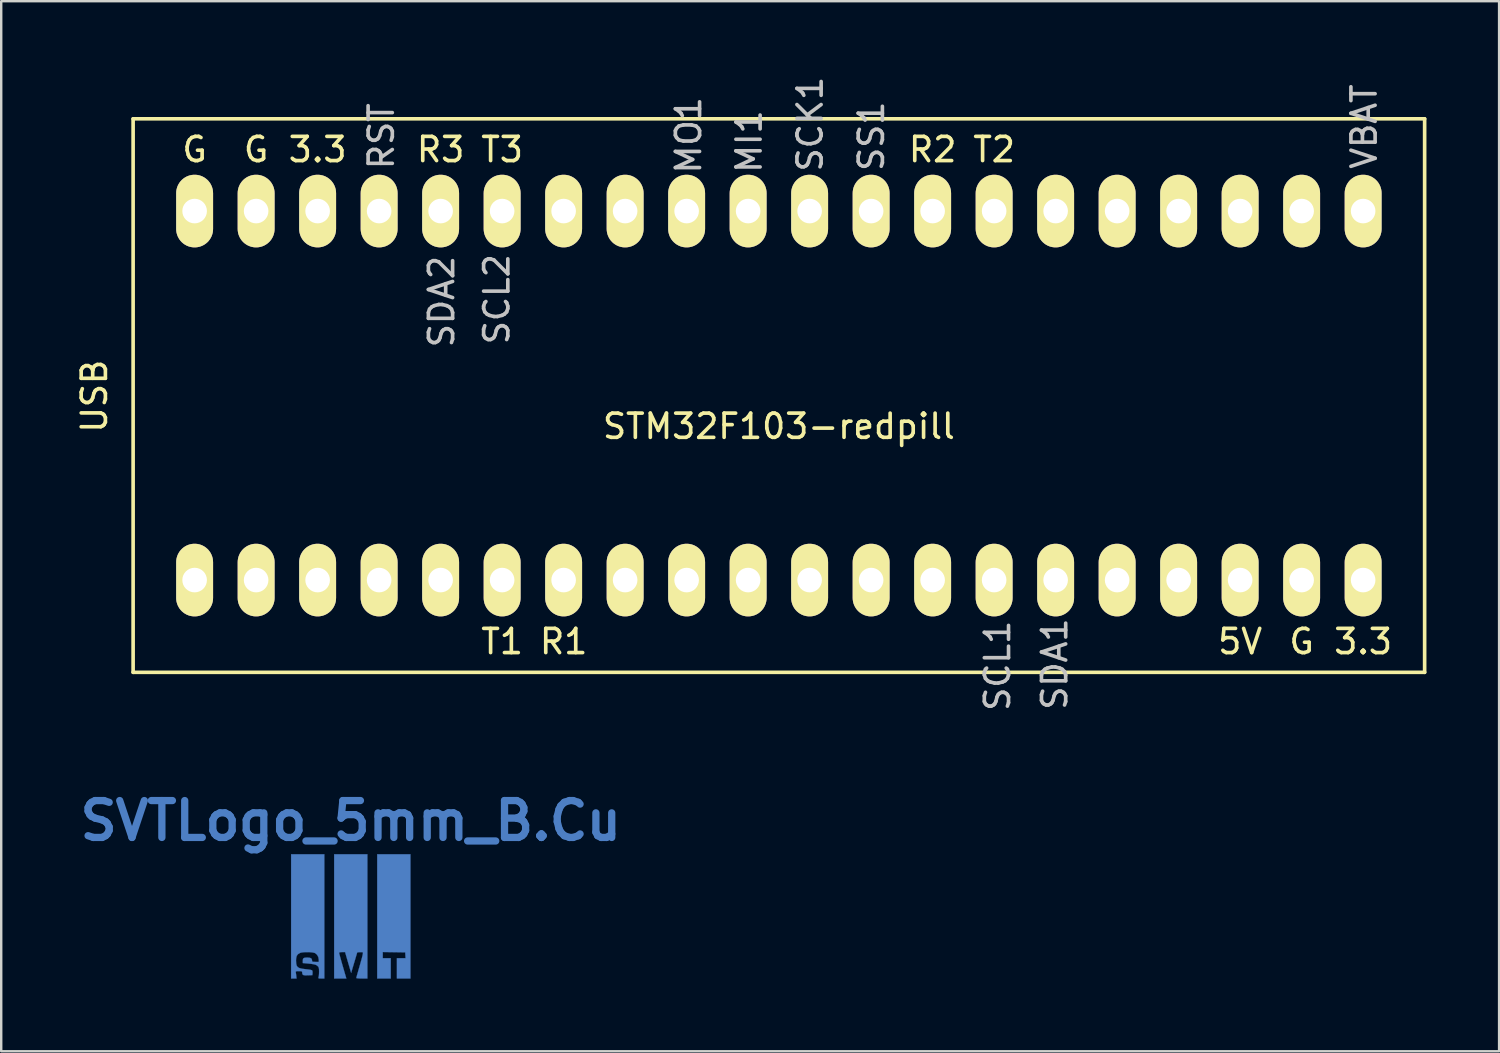
<source format=kicad_pcb>
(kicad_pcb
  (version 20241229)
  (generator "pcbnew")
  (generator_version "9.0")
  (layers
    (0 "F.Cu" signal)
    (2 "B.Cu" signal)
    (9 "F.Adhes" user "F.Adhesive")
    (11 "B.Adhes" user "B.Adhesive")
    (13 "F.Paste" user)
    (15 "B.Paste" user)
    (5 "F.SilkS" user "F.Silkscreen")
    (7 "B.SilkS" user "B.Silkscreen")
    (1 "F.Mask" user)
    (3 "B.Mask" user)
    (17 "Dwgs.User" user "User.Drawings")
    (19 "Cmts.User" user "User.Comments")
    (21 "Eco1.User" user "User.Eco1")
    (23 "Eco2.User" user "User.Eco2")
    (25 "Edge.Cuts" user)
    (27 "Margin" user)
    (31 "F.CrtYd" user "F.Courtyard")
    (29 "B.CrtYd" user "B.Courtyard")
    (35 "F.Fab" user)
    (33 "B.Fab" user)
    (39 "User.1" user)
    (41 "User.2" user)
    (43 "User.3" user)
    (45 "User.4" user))
  (footprint "SVTLogo_5mm_B.Mask"
    (layer "F.Cu")
    (at 38.655 34.848)
    (property "Reference" "SVTLogo_5mm_B.Mask" (at 0 -4 0) (layer "B.Mask") (effects (font (size 1.524 1.524) (thickness 0.3))))
    (attr through_hole)
    (fp_poly (pts (xy 2.464 2.515) (xy 1.905 2.515) (xy 1.905 1.676) (xy 2.263 1.676) (xy 2.256 1.556) (xy 2.248 1.435) (xy 1.321 1.421) (xy 1.321 1.676) (xy 1.651 1.676) (xy 1.651 2.515) (xy 1.092 2.515) (xy 1.092 -2.616) (xy 2.464 -2.616) (xy 2.464 2.515)) (stroke (width 0.01) (type solid)) (fill yes) (layer "B.Mask"))
    (fp_poly (pts (xy 0.686 2.515) (xy 0.457 2.515) (xy 0.357 2.512) (xy 0.278 2.506) (xy 0.234 2.498) (xy 0.229 2.493) (xy 0.235 2.463) (xy 0.254 2.392) (xy 0.284 2.287) (xy 0.321 2.156) (xy 0.364 2.007) (xy 0.378 1.958) (xy 0.43 1.774) (xy 0.468 1.635) (xy 0.491 1.536) (xy 0.502 1.472) (xy 0.501 1.438) (xy 0.495 1.431) (xy 0.45 1.425) (xy 0.38 1.426) (xy 0.365 1.427) (xy 0.267 1.435) (xy 0.141 1.859) (xy 0.015 2.282) (xy -0.068 1.998) (xy -0.106 1.868) (xy -0.144 1.738) (xy -0.176 1.628) (xy -0.193 1.568) (xy -0.235 1.422) (xy -0.359 1.422) (xy -0.444 1.429) (xy -0.481 1.447) (xy -0.482 1.454) (xy -0.476 1.487) (xy -0.456 1.561) (xy -0.427 1.668) (xy -0.39 1.801) (xy -0.347 1.952) (xy -0.333 2) (xy -0.183 2.515) (xy -0.686 2.515) (xy -0.686 -2.616) (xy 0.686 -2.616) (xy 0.686 2.515)) (stroke (width 0.01) (type solid)) (fill yes) (layer "B.Mask"))
    (fp_poly (pts (xy -1.092 2.515) (xy -1.221 2.515) (xy -1.296 2.513) (xy -1.331 2.505) (xy -1.337 2.484) (xy -1.329 2.457) (xy -1.318 2.403) (xy -1.311 2.317) (xy -1.309 2.226) (xy -1.312 2.13) (xy -1.321 2.07) (xy -1.342 2.029) (xy -1.377 1.993) (xy -1.417 1.964) (xy -1.465 1.943) (xy -1.531 1.926) (xy -1.624 1.911) (xy -1.756 1.897) (xy -1.81 1.892) (xy -1.981 1.876) (xy -1.981 1.779) (xy -1.975 1.714) (xy -1.951 1.676) (xy -1.899 1.657) (xy -1.809 1.651) (xy -1.781 1.651) (xy -1.682 1.661) (xy -1.624 1.692) (xy -1.601 1.75) (xy -1.6 1.77) (xy -1.596 1.804) (xy -1.574 1.821) (xy -1.524 1.828) (xy -1.46 1.829) (xy -1.321 1.829) (xy -1.321 1.746) (xy -1.34 1.631) (xy -1.393 1.534) (xy -1.47 1.468) (xy -1.499 1.456) (xy -1.586 1.437) (xy -1.702 1.427) (xy -1.829 1.425) (xy -1.952 1.431) (xy -2.051 1.445) (xy -2.093 1.458) (xy -2.178 1.508) (xy -2.231 1.577) (xy -2.256 1.678) (xy -2.261 1.77) (xy -2.255 1.891) (xy -2.235 1.98) (xy -2.192 2.042) (xy -2.12 2.084) (xy -2.013 2.111) (xy -1.862 2.13) (xy -1.843 2.132) (xy -1.74 2.144) (xy -1.656 2.158) (xy -1.605 2.173) (xy -1.597 2.178) (xy -1.581 2.219) (xy -1.579 2.284) (xy -1.579 2.289) (xy -1.587 2.375) (xy -1.776 2.382) (xy -1.885 2.384) (xy -1.954 2.373) (xy -1.99 2.347) (xy -2.005 2.3) (xy -2.006 2.267) (xy -2.011 2.234) (xy -2.034 2.217) (xy -2.087 2.211) (xy -2.144 2.21) (xy -2.223 2.212) (xy -2.263 2.222) (xy -2.274 2.242) (xy -2.272 2.254) (xy -2.264 2.307) (xy -2.254 2.384) (xy -2.252 2.407) (xy -2.24 2.515) (xy -2.464 2.515) (xy -2.464 -2.616) (xy -1.092 -2.616) (xy -1.092 2.515)) (stroke (width 0.01) (type solid)) (fill yes) (layer "B.Mask")))
  (footprint "STM32F103-redpill"
    (layer "F.Cu")
    (at 29.118 13.287)
    (property "Reference" "STM32F103-redpill" (at 0 1.27 0) (layer "F.SilkS") (effects (font (size 1 1) (thickness 0.15))))
    (attr through_hole)
    (fp_line (start -26.67 -11.43) (end -26.67 11.43) (stroke (width 0.15) (type solid)) (layer "F.SilkS"))
    (fp_line (start -26.67 11.43) (end 26.67 11.43) (stroke (width 0.15) (type solid)) (layer "F.SilkS"))
    (fp_line (start 26.67 -11.43) (end -26.67 -11.43) (stroke (width 0.15) (type solid)) (layer "F.SilkS"))
    (fp_line (start 26.67 11.43) (end 26.67 -11.43) (stroke (width 0.15) (type solid)) (layer "F.SilkS"))
    (fp_text user "T3" (at -11.43 -10.16 0) (layer "F.SilkS") (effects (font (size 1 1) (thickness 0.15))))
    (fp_text user "R2" (at 6.35 -10.16 0) (layer "F.SilkS") (effects (font (size 1 1) (thickness 0.15))))
    (fp_text user "R1" (at -8.89 10.16 0) (layer "F.SilkS") (effects (font (size 1 1) (thickness 0.15))))
    (fp_text user "3.3" (at 24.13 10.16 0) (layer "F.SilkS") (effects (font (size 1 1) (thickness 0.15))))
    (fp_text user "T2" (at 8.89 -10.16 0) (layer "F.SilkS") (effects (font (size 1 1) (thickness 0.15))))
    (fp_text user "USB" (at -28.27 0.025 90) (layer "F.SilkS") (effects (font (size 1 1) (thickness 0.15))))
    (fp_text user "5V" (at 19.05 10.16 0) (layer "F.SilkS") (effects (font (size 1 1) (thickness 0.15))))
    (fp_text user "G" (at -24.13 -10.16 0) (layer "F.SilkS") (effects (font (size 1 1) (thickness 0.15))))
    (fp_text user "G" (at 21.59 10.16 0) (layer "F.SilkS") (effects (font (size 1 1) (thickness 0.15))))
    (fp_text user "T1" (at -11.43 10.16 0) (layer "F.SilkS") (effects (font (size 1 1) (thickness 0.15))))
    (fp_text user "G" (at -21.59 -10.16 0) (layer "F.SilkS") (effects (font (size 1 1) (thickness 0.15))))
    (fp_text user "R3" (at -13.97 -10.16 0) (layer "F.SilkS") (effects (font (size 1 1) (thickness 0.15))))
    (fp_text user "3.3" (at -19.05 -10.16 0) (layer "F.SilkS") (effects (font (size 1 1) (thickness 0.15))))
    (fp_text user "SDA2" (at -13.93 -3.88 90) (layer "Dwgs.User") (effects (font (size 1 1) (thickness 0.15))))
    (fp_text user "VBAT" (at 24.17 -11.11 90) (layer "Dwgs.User") (effects (font (size 1 1) (thickness 0.15))))
    (fp_text user "MO1" (at -3.73 -10.75 90) (layer "Dwgs.User") (effects (font (size 1 1) (thickness 0.15))))
    (fp_text user "SCK1" (at 1.29 -11.21 90) (layer "Dwgs.User") (effects (font (size 1 1) (thickness 0.15))))
    (fp_text user "MI1" (at -1.23 -10.49 90) (layer "Dwgs.User") (effects (font (size 1 1) (thickness 0.15))))
    (fp_text user "SCL2" (at -11.65 -3.98 90) (layer "Dwgs.User") (effects (font (size 1 1) (thickness 0.15))))
    (fp_text user "SCL1" (at 9.03 11.16 90) (layer "Dwgs.User") (effects (font (size 1 1) (thickness 0.15))))
    (fp_text user "RST" (at -16.42 -10.71 90) (layer "Dwgs.User") (effects (font (size 1 1) (thickness 0.15))))
    (fp_text user "SDA1" (at 11.39 11.09 90) (layer "Dwgs.User") (effects (font (size 1 1) (thickness 0.15))))
    (fp_text user "SS1" (at 3.82 -10.71 90) (layer "Dwgs.User") (effects (font (size 1 1) (thickness 0.15))))
    (pad "1" thru_hole oval (at -24.13 7.62) (size 1.524 3) (drill 1.016) (layers "*.Cu" "*.Mask" "F.SilkS"))
    (pad "2" thru_hole oval (at -21.59 7.62) (size 1.524 3) (drill 1.016) (layers "*.Cu" "*.Mask" "F.SilkS"))
    (pad "3" thru_hole oval (at -19.05 7.62) (size 1.524 3) (drill 1.016) (layers "*.Cu" "*.Mask" "F.SilkS"))
    (pad "4" thru_hole oval (at -16.51 7.62) (size 1.524 3) (drill 1.016) (layers "*.Cu" "*.Mask" "F.SilkS"))
    (pad "5" thru_hole oval (at -13.97 7.62) (size 1.524 3) (drill 1.016) (layers "*.Cu" "*.Mask" "F.SilkS"))
    (pad "6" thru_hole oval (at -11.43 7.62) (size 1.524 3) (drill 1.016) (layers "*.Cu" "*.Mask" "F.SilkS"))
    (pad "7" thru_hole oval (at -8.89 7.62) (size 1.524 3) (drill 1.016) (layers "*.Cu" "*.Mask" "F.SilkS"))
    (pad "8" thru_hole oval (at -6.35 7.62) (size 1.524 3) (drill 1.016) (layers "*.Cu" "*.Mask" "F.SilkS"))
    (pad "9" thru_hole oval (at -3.81 7.62) (size 1.524 3) (drill 1.016) (layers "*.Cu" "*.Mask" "F.SilkS"))
    (pad "10" thru_hole oval (at -1.27 7.62) (size 1.524 3) (drill 1.016) (layers "*.Cu" "*.Mask" "F.SilkS"))
    (pad "11" thru_hole oval (at 1.27 7.62) (size 1.524 3) (drill 1.016) (layers "*.Cu" "*.Mask" "F.SilkS"))
    (pad "12" thru_hole oval (at 3.81 7.62) (size 1.524 3) (drill 1.016) (layers "*.Cu" "*.Mask" "F.SilkS"))
    (pad "13" thru_hole oval (at 6.35 7.62) (size 1.524 3) (drill 1.016) (layers "*.Cu" "*.Mask" "F.SilkS"))
    (pad "14" thru_hole oval (at 8.89 7.62) (size 1.524 3) (drill 1.016) (layers "*.Cu" "*.Mask" "F.SilkS"))
    (pad "15" thru_hole oval (at 11.43 7.62) (size 1.524 3) (drill 1.016) (layers "*.Cu" "*.Mask" "F.SilkS"))
    (pad "16" thru_hole oval (at 13.97 7.62) (size 1.524 3) (drill 1.016) (layers "*.Cu" "*.Mask" "F.SilkS"))
    (pad "17" thru_hole oval (at 16.51 7.62) (size 1.524 3) (drill 1.016) (layers "*.Cu" "*.Mask" "F.SilkS"))
    (pad "18" thru_hole oval (at 19.05 7.62) (size 1.524 3) (drill 1.016) (layers "*.Cu" "*.Mask" "F.SilkS"))
    (pad "19" thru_hole oval (at 21.59 7.62) (size 1.524 3) (drill 1.016) (layers "*.Cu" "*.Mask" "F.SilkS"))
    (pad "20" thru_hole oval (at 24.13 7.62) (size 1.524 3) (drill 1.016) (layers "*.Cu" "*.Mask" "F.SilkS"))
    (pad "21" thru_hole oval (at 24.13 -7.62) (size 1.524 3) (drill 1.016) (layers "*.Cu" "*.Mask" "F.SilkS"))
    (pad "22" thru_hole oval (at 21.59 -7.62) (size 1.524 3) (drill 1.016) (layers "*.Cu" "*.Mask" "F.SilkS"))
    (pad "23" thru_hole oval (at 19.05 -7.62) (size 1.524 3) (drill 1.016) (layers "*.Cu" "*.Mask" "F.SilkS"))
    (pad "24" thru_hole oval (at 16.51 -7.62) (size 1.524 3) (drill 1.016) (layers "*.Cu" "*.Mask" "F.SilkS"))
    (pad "25" thru_hole oval (at 13.97 -7.62) (size 1.524 3) (drill 1.016) (layers "*.Cu" "*.Mask" "F.SilkS"))
    (pad "26" thru_hole oval (at 11.43 -7.62) (size 1.524 3) (drill 1.016) (layers "*.Cu" "*.Mask" "F.SilkS"))
    (pad "27" thru_hole oval (at 8.89 -7.62) (size 1.524 3) (drill 1.016) (layers "*.Cu" "*.Mask" "F.SilkS"))
    (pad "28" thru_hole oval (at 6.35 -7.62) (size 1.524 3) (drill 1.016) (layers "*.Cu" "*.Mask" "F.SilkS"))
    (pad "29" thru_hole oval (at 3.81 -7.62) (size 1.524 3) (drill 1.016) (layers "*.Cu" "*.Mask" "F.SilkS"))
    (pad "30" thru_hole oval (at 1.27 -7.62) (size 1.524 3) (drill 1.016) (layers "*.Cu" "*.Mask" "F.SilkS"))
    (pad "31" thru_hole oval (at -1.27 -7.62) (size 1.524 3) (drill 1.016) (layers "*.Cu" "*.Mask" "F.SilkS"))
    (pad "32" thru_hole oval (at -3.81 -7.62) (size 1.524 3) (drill 1.016) (layers "*.Cu" "*.Mask" "F.SilkS"))
    (pad "33" thru_hole oval (at -6.35 -7.62) (size 1.524 3) (drill 1.016) (layers "*.Cu" "*.Mask" "F.SilkS"))
    (pad "34" thru_hole oval (at -8.89 -7.62) (size 1.524 3) (drill 1.016) (layers "*.Cu" "*.Mask" "F.SilkS"))
    (pad "35" thru_hole oval (at -11.43 -7.62) (size 1.524 3) (drill 1.016) (layers "*.Cu" "*.Mask" "F.SilkS"))
    (pad "36" thru_hole oval (at -13.97 -7.62) (size 1.524 3) (drill 1.016) (layers "*.Cu" "*.Mask" "F.SilkS"))
    (pad "37" thru_hole oval (at -16.51 -7.62) (size 1.524 3) (drill 1.016) (layers "*.Cu" "*.Mask" "F.SilkS"))
    (pad "38" thru_hole oval (at -19.05 -7.62) (size 1.524 3) (drill 1.016) (layers "*.Cu" "*.Mask" "F.SilkS"))
    (pad "39" thru_hole oval (at -21.59 -7.62) (size 1.524 3) (drill 1.016) (layers "*.Cu" "*.Mask" "F.SilkS"))
    (pad "40" thru_hole oval (at -24.13 -7.62) (size 1.524 3) (drill 1.016) (layers "*.Cu" "*.Mask" "F.SilkS")))
  (footprint "SVTLogo_5mm_B.Cu"
    (layer "F.Cu")
    (at 11.437 34.848)
    (property "Reference" "SVTLogo_5mm_B.Cu" (at 0 -4 0) (layer "B.Cu") (effects (font (size 1.524 1.524) (thickness 0.3))))
    (attr through_hole)
    (fp_poly (pts (xy 2.464 2.515) (xy 1.905 2.515) (xy 1.905 1.676) (xy 2.263 1.676) (xy 2.256 1.556) (xy 2.248 1.435) (xy 1.321 1.421) (xy 1.321 1.676) (xy 1.651 1.676) (xy 1.651 2.515) (xy 1.092 2.515) (xy 1.092 -2.616) (xy 2.464 -2.616) (xy 2.464 2.515)) (stroke (width 0.01) (type solid)) (fill yes) (layer "B.Cu"))
    (fp_poly (pts (xy 0.686 2.515) (xy 0.457 2.515) (xy 0.357 2.512) (xy 0.278 2.506) (xy 0.234 2.498) (xy 0.229 2.493) (xy 0.235 2.463) (xy 0.254 2.392) (xy 0.284 2.287) (xy 0.321 2.156) (xy 0.364 2.007) (xy 0.378 1.958) (xy 0.43 1.774) (xy 0.468 1.635) (xy 0.491 1.536) (xy 0.502 1.472) (xy 0.501 1.438) (xy 0.495 1.431) (xy 0.45 1.425) (xy 0.38 1.426) (xy 0.365 1.427) (xy 0.267 1.435) (xy 0.141 1.859) (xy 0.015 2.282) (xy -0.068 1.998) (xy -0.106 1.868) (xy -0.144 1.738) (xy -0.176 1.628) (xy -0.193 1.568) (xy -0.235 1.422) (xy -0.359 1.422) (xy -0.444 1.429) (xy -0.481 1.447) (xy -0.482 1.454) (xy -0.476 1.487) (xy -0.456 1.561) (xy -0.427 1.668) (xy -0.39 1.801) (xy -0.347 1.952) (xy -0.333 2) (xy -0.183 2.515) (xy -0.686 2.515) (xy -0.686 -2.616) (xy 0.686 -2.616) (xy 0.686 2.515)) (stroke (width 0.01) (type solid)) (fill yes) (layer "B.Cu"))
    (fp_poly (pts (xy -1.092 2.515) (xy -1.221 2.515) (xy -1.296 2.513) (xy -1.331 2.505) (xy -1.337 2.484) (xy -1.329 2.457) (xy -1.318 2.403) (xy -1.311 2.317) (xy -1.309 2.226) (xy -1.312 2.13) (xy -1.321 2.07) (xy -1.342 2.029) (xy -1.377 1.993) (xy -1.417 1.964) (xy -1.465 1.943) (xy -1.531 1.926) (xy -1.624 1.911) (xy -1.756 1.897) (xy -1.81 1.892) (xy -1.981 1.876) (xy -1.981 1.779) (xy -1.975 1.714) (xy -1.951 1.676) (xy -1.899 1.657) (xy -1.809 1.651) (xy -1.781 1.651) (xy -1.682 1.661) (xy -1.624 1.692) (xy -1.601 1.75) (xy -1.6 1.77) (xy -1.596 1.804) (xy -1.574 1.821) (xy -1.524 1.828) (xy -1.46 1.829) (xy -1.321 1.829) (xy -1.321 1.746) (xy -1.34 1.631) (xy -1.393 1.534) (xy -1.47 1.468) (xy -1.499 1.456) (xy -1.586 1.437) (xy -1.702 1.427) (xy -1.829 1.425) (xy -1.952 1.431) (xy -2.051 1.445) (xy -2.093 1.458) (xy -2.178 1.508) (xy -2.231 1.577) (xy -2.256 1.678) (xy -2.261 1.77) (xy -2.255 1.891) (xy -2.235 1.98) (xy -2.192 2.042) (xy -2.12 2.084) (xy -2.013 2.111) (xy -1.862 2.13) (xy -1.843 2.132) (xy -1.74 2.144) (xy -1.656 2.158) (xy -1.605 2.173) (xy -1.597 2.178) (xy -1.581 2.219) (xy -1.579 2.284) (xy -1.579 2.289) (xy -1.587 2.375) (xy -1.776 2.382) (xy -1.885 2.384) (xy -1.954 2.373) (xy -1.99 2.347) (xy -2.005 2.3) (xy -2.006 2.267) (xy -2.011 2.234) (xy -2.034 2.217) (xy -2.087 2.211) (xy -2.144 2.21) (xy -2.223 2.212) (xy -2.263 2.222) (xy -2.274 2.242) (xy -2.272 2.254) (xy -2.264 2.307) (xy -2.254 2.384) (xy -2.252 2.407) (xy -2.24 2.515) (xy -2.464 2.515) (xy -2.464 -2.616) (xy -1.092 -2.616) (xy -1.092 2.515)) (stroke (width 0.01) (type solid)) (fill yes) (layer "B.Cu")))
  (gr_rect
    (start -3 -3)
    (end 58.863 40.367)
    (stroke (width 0.1) (type default))
    (fill no)
    (layer "Edge.Cuts")))
</source>
